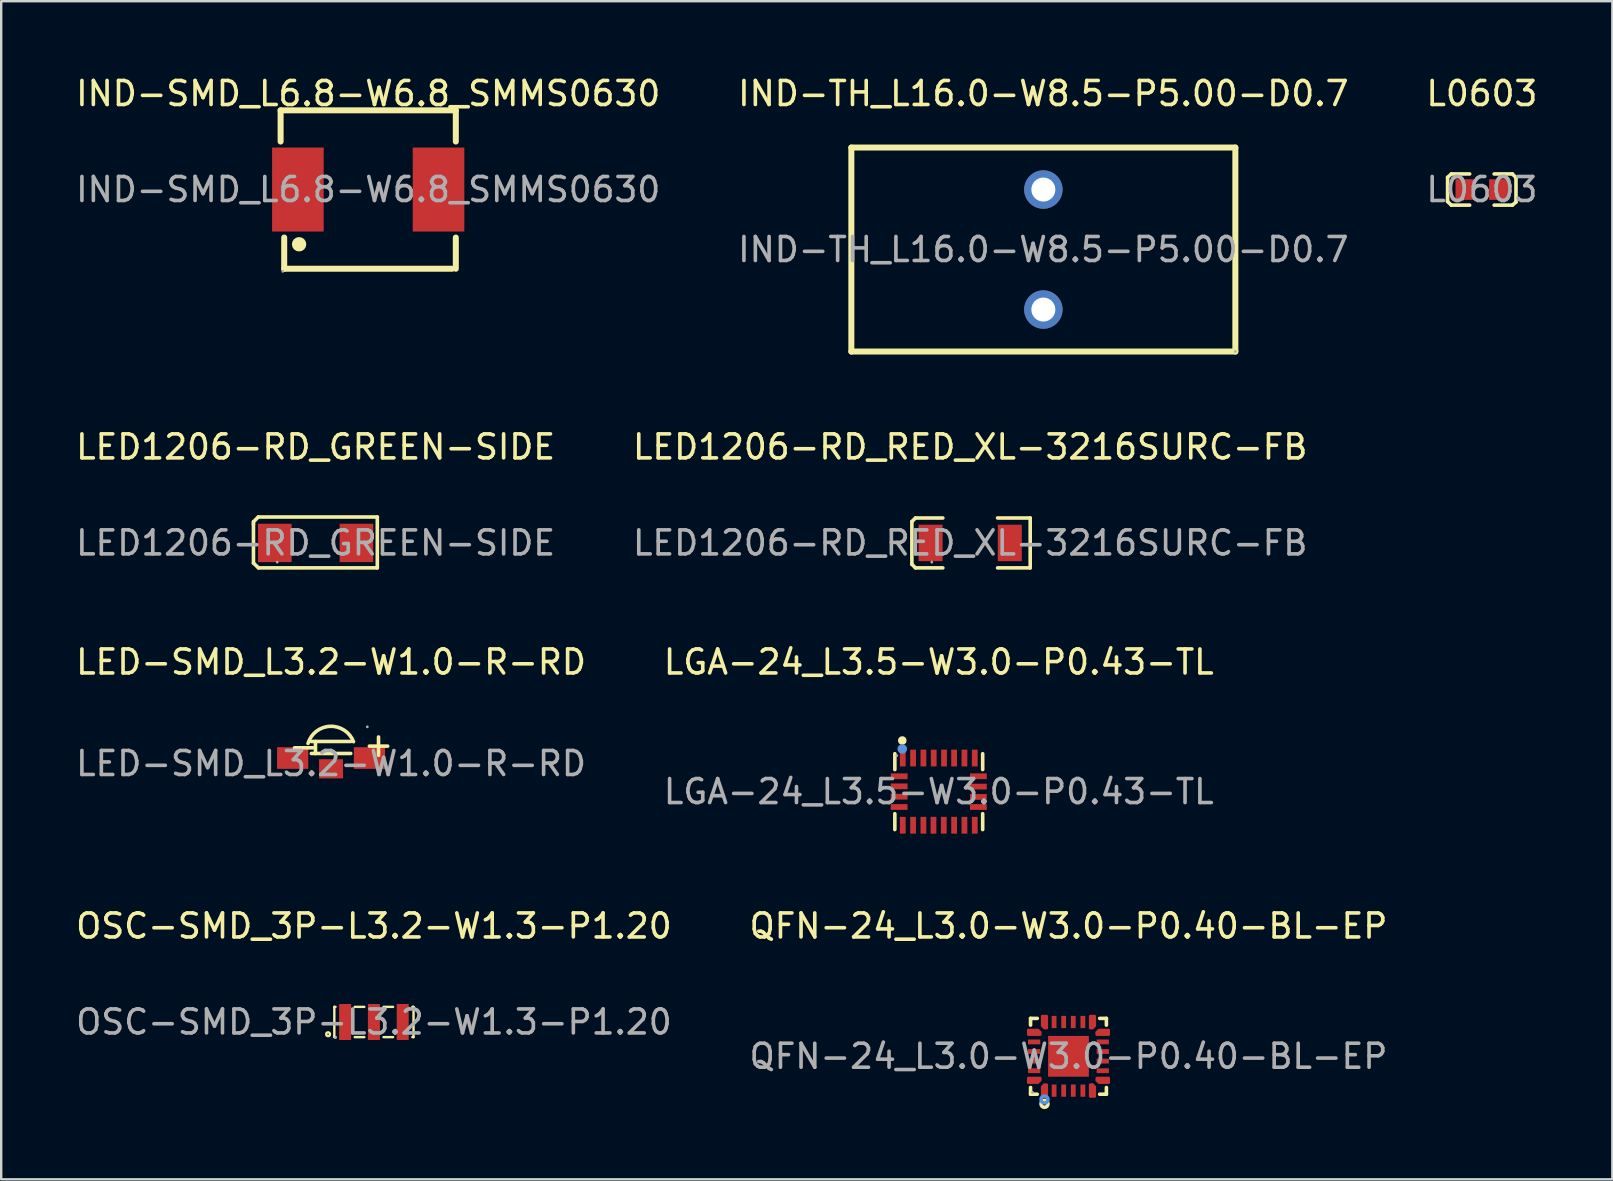
<source format=kicad_pcb>
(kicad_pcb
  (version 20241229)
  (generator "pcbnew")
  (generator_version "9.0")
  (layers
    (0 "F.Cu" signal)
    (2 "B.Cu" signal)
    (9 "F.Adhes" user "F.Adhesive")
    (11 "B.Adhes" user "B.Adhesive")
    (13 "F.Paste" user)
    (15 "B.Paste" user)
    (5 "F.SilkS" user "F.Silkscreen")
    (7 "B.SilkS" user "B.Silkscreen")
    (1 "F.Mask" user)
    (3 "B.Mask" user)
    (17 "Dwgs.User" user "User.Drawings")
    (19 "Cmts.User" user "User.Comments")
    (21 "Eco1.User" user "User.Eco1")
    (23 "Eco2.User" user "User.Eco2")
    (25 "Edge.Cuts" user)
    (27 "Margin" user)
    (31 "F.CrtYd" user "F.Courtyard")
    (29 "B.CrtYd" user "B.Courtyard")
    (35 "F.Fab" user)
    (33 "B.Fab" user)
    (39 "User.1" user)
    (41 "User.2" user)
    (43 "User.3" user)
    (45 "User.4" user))
  (footprint "IND-TH_L16.0-W8.5-P5.00-D0.7"
    (layer "F.Cu")
    (at 40.423 7.348)
    (property "Reference" "IND-TH_L16.0-W8.5-P5.00-D0.7" (at 0 -6.5 0) (layer "F.SilkS") (effects (font (size 1 1) (thickness 0.15))))
    (attr through_hole)
    (fp_line (start -8 -4.25) (end -8 4.25) (stroke (width 0.25) (type solid)) (layer "F.SilkS"))
    (fp_line (start -8 -4.25) (end 8 -4.25) (stroke (width 0.25) (type solid)) (layer "F.SilkS"))
    (fp_line (start -8 4.25) (end 8 4.25) (stroke (width 0.25) (type solid)) (layer "F.SilkS"))
    (fp_line (start 8 -4.25) (end 8 4.25) (stroke (width 0.25) (type solid)) (layer "F.SilkS"))
    (fp_circle (center 0 -2.5) (end 0.2 -2.5) (stroke (width 0.4) (type solid)) (fill no) (layer "F.Fab"))
    (fp_circle (center 0 2.5) (end 0.2 2.5) (stroke (width 0.4) (type solid)) (fill no) (layer "F.Fab"))
    (fp_circle (center 8 4.25) (end 8.03 4.25) (stroke (width 0.06) (type solid)) (fill no) (layer "F.Fab"))
    (fp_text user "${REFERENCE}" (at 0 0 0) (layer "F.Fab") (effects (font (size 1 1) (thickness 0.15))))
    (pad "1" thru_hole circle (at 0 2.5) (size 1.6 1.6) (drill 1) (layers "*.Cu" "*.Mask"))
    (pad "2" thru_hole circle (at 0 -2.5) (size 1.6 1.6) (drill 1) (layers "*.Cu" "*.Mask")))
  (footprint "L0603"
    (layer "F.Cu")
    (at 58.696 4.848)
    (property "Reference" "L0603" (at 0 -4 0) (layer "F.SilkS") (effects (font (size 1 1) (thickness 0.15))))
    (attr smd)
    (fp_line (start -1.43 -0.51) (end -1.27 -0.65) (stroke (width 0.15) (type solid)) (layer "F.SilkS"))
    (fp_line (start -1.43 0.5) (end -1.43 -0.51) (stroke (width 0.15) (type solid)) (layer "F.SilkS"))
    (fp_line (start -1.28 -0.65) (end -0.51 -0.65) (stroke (width 0.15) (type solid)) (layer "F.SilkS"))
    (fp_line (start -1.28 0.65) (end -0.51 0.65) (stroke (width 0.15) (type solid)) (layer "F.SilkS"))
    (fp_line (start -1.27 0.65) (end -1.43 0.5) (stroke (width 0.15) (type solid)) (layer "F.SilkS"))
    (fp_line (start 1.27 -0.65) (end 0.51 -0.65) (stroke (width 0.15) (type solid)) (layer "F.SilkS"))
    (fp_line (start 1.27 -0.65) (end 1.42 -0.5) (stroke (width 0.15) (type solid)) (layer "F.SilkS"))
    (fp_line (start 1.27 0.65) (end 0.51 0.65) (stroke (width 0.15) (type solid)) (layer "F.SilkS"))
    (fp_line (start 1.42 -0.5) (end 1.42 0.52) (stroke (width 0.15) (type solid)) (layer "F.SilkS"))
    (fp_line (start 1.42 0.52) (end 1.27 0.65) (stroke (width 0.15) (type solid)) (layer "F.SilkS"))
    (fp_circle (center -0.8 0.4) (end -0.77 0.4) (stroke (width 0.06) (type solid)) (fill no) (layer "F.Fab"))
    (fp_text user "${REFERENCE}" (at 0 0 0) (layer "F.Fab") (effects (font (size 1 1) (thickness 0.15))))
    (pad "1" smd rect (at -0.7 0 180) (size 0.8 0.86) (layers "F.Cu" "F.Mask" "F.Paste"))
    (pad "2" smd rect (at 0.7 0 180) (size 0.8 0.86) (layers "F.Cu" "F.Mask" "F.Paste")))
  (footprint "QFN-24_L3.0-W3.0-P0.40-BL-EP"
    (layer "F.Cu")
    (at 41.47 40.963)
    (property "Reference" "QFN-24_L3.0-W3.0-P0.40-BL-EP" (at 0 -5.43 0) (layer "F.SilkS") (effects (font (size 1 1) (thickness 0.15))))
    (attr smd)
    (fp_line (start -1.58 -1.58) (end -1.3 -1.58) (stroke (width 0.15) (type solid)) (layer "F.SilkS"))
    (fp_line (start -1.58 -1.3) (end -1.58 -1.58) (stroke (width 0.15) (type solid)) (layer "F.SilkS"))
    (fp_line (start -1.58 1.3) (end -1.58 1.58) (stroke (width 0.15) (type solid)) (layer "F.SilkS"))
    (fp_line (start -1.58 1.58) (end -1.3 1.58) (stroke (width 0.15) (type solid)) (layer "F.SilkS"))
    (fp_line (start 1.58 -1.58) (end 1.3 -1.58) (stroke (width 0.15) (type solid)) (layer "F.SilkS"))
    (fp_line (start 1.58 -1.3) (end 1.58 -1.58) (stroke (width 0.15) (type solid)) (layer "F.SilkS"))
    (fp_line (start 1.58 1.3) (end 1.58 1.58) (stroke (width 0.15) (type solid)) (layer "F.SilkS"))
    (fp_line (start 1.58 1.58) (end 1.3 1.58) (stroke (width 0.15) (type solid)) (layer "F.SilkS"))
    (fp_circle (center -1 1.98) (end -0.93 1.98) (stroke (width 0.15) (type solid)) (fill no) (layer "F.SilkS"))
    (fp_circle (center -1 1.8) (end -0.93 1.8) (stroke (width 0.15) (type solid)) (fill no) (layer "Cmts.User"))
    (fp_circle (center -1.5 1.5) (end -1.47 1.5) (stroke (width 0.06) (type solid)) (fill no) (layer "F.Fab"))
    (fp_text user "${REFERENCE}" (at 0 0 0) (layer "F.Fab") (effects (font (size 1 1) (thickness 0.15))))
    (pad "1" smd custom (at -1 1.43) (size 0.01 0.01) (layers "F.Cu" "F.Mask" "F.Paste") (options (anchor circle)) (primitives (gr_poly (pts (xy -0.1 0.25) (xy 0.1 0.25) (xy 0.1 -0.25) (xy 0 -0.26) (xy -0.1 -0.16)) (width 0.1) (fill yes))))
    (pad "2" smd rect (at -0.6 1.43) (size 0.2 0.51) (layers "F.Cu" "F.Mask" "F.Paste"))
    (pad "3" smd rect (at -0.2 1.43) (size 0.2 0.51) (layers "F.Cu" "F.Mask" "F.Paste"))
    (pad "4" smd rect (at 0.2 1.43) (size 0.2 0.51) (layers "F.Cu" "F.Mask" "F.Paste"))
    (pad "5" smd rect (at 0.6 1.43) (size 0.2 0.51) (layers "F.Cu" "F.Mask" "F.Paste"))
    (pad "6" smd custom (at 1 1.43) (size 0.01 0.01) (layers "F.Cu" "F.Mask" "F.Paste") (options (anchor circle)) (primitives (gr_poly (pts (xy 0.1 0.25) (xy -0.1 0.25) (xy -0.1 -0.25) (xy 0 -0.26) (xy 0.1 -0.16)) (width 0.1) (fill yes))))
    (pad "7" smd custom (at 1.43 1) (size 0.01 0.01) (layers "F.Cu" "F.Mask" "F.Paste") (options (anchor circle)) (primitives (gr_poly (pts (xy 0.25 0.1) (xy -0.16 0.1) (xy -0.26 0) (xy -0.25 -0.1) (xy 0.25 -0.1)) (width 0.1) (fill yes))))
    (pad "8" smd rect (at 1.43 0.6) (size 0.51 0.2) (layers "F.Cu" "F.Mask" "F.Paste"))
    (pad "9" smd rect (at 1.43 0.2) (size 0.51 0.2) (layers "F.Cu" "F.Mask" "F.Paste"))
    (pad "10" smd rect (at 1.43 -0.2) (size 0.51 0.2) (layers "F.Cu" "F.Mask" "F.Paste"))
    (pad "11" smd rect (at 1.43 -0.6) (size 0.51 0.2) (layers "F.Cu" "F.Mask" "F.Paste"))
    (pad "12" smd custom (at 1.43 -1) (size 0.01 0.01) (layers "F.Cu" "F.Mask" "F.Paste") (options (anchor circle)) (primitives (gr_poly (pts (xy 0.25 -0.1) (xy -0.16 -0.1) (xy -0.26 0) (xy -0.26 0.1) (xy 0.25 0.1)) (width 0.1) (fill yes))))
    (pad "13" smd custom (at 1 -1.43) (size 0.01 0.01) (layers "F.Cu" "F.Mask" "F.Paste") (options (anchor circle)) (primitives (gr_poly (pts (xy 0.1 -0.25) (xy -0.1 -0.25) (xy -0.1 0.26) (xy 0 0.26) (xy 0.1 0.16)) (width 0.1) (fill yes))))
    (pad "14" smd rect (at 0.6 -1.43) (size 0.2 0.51) (layers "F.Cu" "F.Mask" "F.Paste"))
    (pad "15" smd rect (at 0.2 -1.43) (size 0.2 0.51) (layers "F.Cu" "F.Mask" "F.Paste"))
    (pad "16" smd rect (at -0.2 -1.43) (size 0.2 0.51) (layers "F.Cu" "F.Mask" "F.Paste"))
    (pad "17" smd rect (at -0.6 -1.43) (size 0.2 0.51) (layers "F.Cu" "F.Mask" "F.Paste"))
    (pad "18" smd custom (at -1 -1.43) (size 0.01 0.01) (layers "F.Cu" "F.Mask" "F.Paste") (options (anchor circle)) (primitives (gr_poly (pts (xy -0.1 -0.25) (xy 0.1 -0.25) (xy 0.1 0.26) (xy 0 0.26) (xy -0.1 0.16)) (width 0.1) (fill yes))))
    (pad "19" smd custom (at -1.43 -1) (size 0.01 0.01) (layers "F.Cu" "F.Mask" "F.Paste") (options (anchor circle)) (primitives (gr_poly (pts (xy -0.25 -0.1) (xy 0.16 -0.1) (xy 0.26 0) (xy 0.26 0.1) (xy -0.25 0.1)) (width 0.1) (fill yes))))
    (pad "20" smd rect (at -1.43 -0.6) (size 0.51 0.2) (layers "F.Cu" "F.Mask" "F.Paste"))
    (pad "21" smd rect (at -1.43 -0.2) (size 0.51 0.2) (layers "F.Cu" "F.Mask" "F.Paste"))
    (pad "22" smd rect (at -1.43 0.2) (size 0.51 0.2) (layers "F.Cu" "F.Mask" "F.Paste"))
    (pad "23" smd rect (at -1.43 0.6) (size 0.51 0.2) (layers "F.Cu" "F.Mask" "F.Paste"))
    (pad "24" smd custom (at -1.43 1) (size 0.01 0.01) (layers "F.Cu" "F.Mask" "F.Paste") (options (anchor circle)) (primitives (gr_poly (pts (xy -0.25 0.1) (xy 0.16 0.1) (xy 0.26 0) (xy 0.26 -0.1) (xy -0.25 -0.1)) (width 0.1) (fill yes))))
    (pad "25" smd rect (at 0 0) (size 1.7 1.7) (layers "F.Cu" "F.Mask" "F.Paste")))
  (footprint "LGA-24_L3.5-W3.0-P0.43-TL"
    (layer "F.Cu")
    (at 36.065 29.935)
    (property "Reference" "LGA-24_L3.5-W3.0-P0.43-TL" (at 0 -5.4 0) (layer "F.SilkS") (effects (font (size 1 1) (thickness 0.15))))
    (attr smd)
    (fp_line (start -1.83 -1.58) (end -1.83 -0.92) (stroke (width 0.15) (type solid)) (layer "F.SilkS"))
    (fp_line (start -1.83 1.58) (end -1.83 0.92) (stroke (width 0.15) (type solid)) (layer "F.SilkS"))
    (fp_line (start 1.83 -1.58) (end 1.83 -0.92) (stroke (width 0.15) (type solid)) (layer "F.SilkS"))
    (fp_line (start 1.83 1.58) (end 1.83 0.92) (stroke (width 0.15) (type solid)) (layer "F.SilkS"))
    (fp_circle (center -1.52 -2.13) (end -1.43 -2.13) (stroke (width 0.18) (type solid)) (fill no) (layer "F.SilkS"))
    (fp_circle (center -1.52 -1.78) (end -1.42 -1.78) (stroke (width 0.2) (type solid)) (fill no) (layer "Cmts.User"))
    (fp_circle (center -1.75 -1.5) (end -1.72 -1.5) (stroke (width 0.06) (type solid)) (fill no) (layer "F.Fab"))
    (fp_text user "${REFERENCE}" (at 0 0 0) (layer "F.Fab") (effects (font (size 1 1) (thickness 0.15))))
    (pad "1" smd rect (at -1.5 -1.4) (size 0.24 0.7) (layers "F.Cu" "F.Mask" "F.Paste"))
    (pad "2" smd rect (at -1.65 -0.64) (size 0.7 0.24) (layers "F.Cu" "F.Mask" "F.Paste"))
    (pad "3" smd rect (at -1.65 -0.22) (size 0.7 0.24) (layers "F.Cu" "F.Mask" "F.Paste"))
    (pad "4" smd rect (at -1.65 0.21) (size 0.7 0.24) (layers "F.Cu" "F.Mask" "F.Paste"))
    (pad "5" smd rect (at -1.65 0.64) (size 0.7 0.24) (layers "F.Cu" "F.Mask" "F.Paste"))
    (pad "6" smd rect (at -1.5 1.4) (size 0.24 0.7) (layers "F.Cu" "F.Mask" "F.Paste"))
    (pad "7" smd rect (at -1.07 1.4) (size 0.24 0.7) (layers "F.Cu" "F.Mask" "F.Paste"))
    (pad "8" smd rect (at -0.64 1.4) (size 0.24 0.7) (layers "F.Cu" "F.Mask" "F.Paste"))
    (pad "9" smd rect (at -0.22 1.4) (size 0.24 0.7) (layers "F.Cu" "F.Mask" "F.Paste"))
    (pad "10" smd rect (at 0.21 1.4) (size 0.24 0.7) (layers "F.Cu" "F.Mask" "F.Paste"))
    (pad "11" smd rect (at 0.64 1.4) (size 0.24 0.7) (layers "F.Cu" "F.Mask" "F.Paste"))
    (pad "12" smd rect (at 1.07 1.4) (size 0.24 0.7) (layers "F.Cu" "F.Mask" "F.Paste"))
    (pad "13" smd rect (at 1.5 1.4) (size 0.24 0.7) (layers "F.Cu" "F.Mask" "F.Paste"))
    (pad "14" smd rect (at 1.65 0.64) (size 0.7 0.24) (layers "F.Cu" "F.Mask" "F.Paste"))
    (pad "15" smd rect (at 1.65 0.22) (size 0.7 0.24) (layers "F.Cu" "F.Mask" "F.Paste"))
    (pad "16" smd rect (at 1.65 -0.21) (size 0.7 0.24) (layers "F.Cu" "F.Mask" "F.Paste"))
    (pad "17" smd rect (at 1.65 -0.64) (size 0.7 0.24) (layers "F.Cu" "F.Mask" "F.Paste"))
    (pad "18" smd rect (at 1.5 -1.4) (size 0.24 0.7) (layers "F.Cu" "F.Mask" "F.Paste"))
    (pad "19" smd rect (at 1.07 -1.4) (size 0.24 0.7) (layers "F.Cu" "F.Mask" "F.Paste"))
    (pad "20" smd rect (at 0.64 -1.4) (size 0.24 0.7) (layers "F.Cu" "F.Mask" "F.Paste"))
    (pad "21" smd rect (at 0.22 -1.4) (size 0.24 0.7) (layers "F.Cu" "F.Mask" "F.Paste"))
    (pad "22" smd rect (at -0.21 -1.4) (size 0.24 0.7) (layers "F.Cu" "F.Mask" "F.Paste"))
    (pad "23" smd rect (at -0.64 -1.4) (size 0.24 0.7) (layers "F.Cu" "F.Mask" "F.Paste"))
    (pad "24" smd rect (at -1.07 -1.4) (size 0.24 0.7) (layers "F.Cu" "F.Mask" "F.Paste")))
  (footprint "IND-SMD_L6.8-W6.8_SMMS0630"
    (layer "F.Cu")
    (at 12.292 4.848)
    (property "Reference" "IND-SMD_L6.8-W6.8_SMMS0630" (at 0 -4 0) (layer "F.SilkS") (effects (font (size 1 1) (thickness 0.15))))
    (attr smd)
    (fp_line (start -3.65 -3.3) (end 3.65 -3.3) (stroke (width 0.25) (type solid)) (layer "F.SilkS"))
    (fp_line (start -3.65 -2) (end -3.65 -3.3) (stroke (width 0.25) (type solid)) (layer "F.SilkS"))
    (fp_line (start -3.5 3.3) (end -3.5 2) (stroke (width 0.25) (type solid)) (layer "F.SilkS"))
    (fp_line (start -3.5 3.3) (end 3.5 3.3) (stroke (width 0.25) (type solid)) (layer "F.SilkS"))
    (fp_line (start 3.65 -3.3) (end 3.65 -2) (stroke (width 0.25) (type solid)) (layer "F.SilkS"))
    (fp_line (start 3.65 2) (end 3.65 3.3) (stroke (width 0.25) (type solid)) (layer "F.SilkS"))
    (fp_circle (center -2.88 2.28) (end -2.73 2.28) (stroke (width 0.3) (type solid)) (fill no) (layer "F.SilkS"))
    (fp_circle (center -3.56 3.41) (end -3.53 3.41) (stroke (width 0.06) (type solid)) (fill no) (layer "F.Fab"))
    (fp_text user "${REFERENCE}" (at 0 0 0) (layer "F.Fab") (effects (font (size 1 1) (thickness 0.15))))
    (pad "1" smd rect (at -2.93 0) (size 2.15 3.5) (layers "F.Cu" "F.Mask" "F.Paste"))
    (pad "2" smd rect (at 2.93 0) (size 2.15 3.5) (layers "F.Cu" "F.Mask" "F.Paste")))
  (footprint "LED-SMD_L3.2-W1.0-R-RD"
    (layer "F.Cu")
    (at 10.744 28.765)
    (property "Reference" "LED-SMD_L3.2-W1.0-R-RD" (at 0 -4.23 0) (layer "F.SilkS") (effects (font (size 1 1) (thickness 0.15))))
    (attr smd)
    (fp_line (start -0.82 -0.42) (end 0.82 -0.42) (stroke (width 0.15) (type solid)) (layer "F.SilkS"))
    (fp_line (start -0.65 -0.92) (end -0.65 -0.42) (stroke (width 0.15) (type solid)) (layer "F.SilkS"))
    (fp_line (start 0.82 -0.92) (end -0.82 -0.92) (stroke (width 0.15) (type solid)) (layer "F.SilkS"))
    (fp_arc (start -0.96 -0.84) (mid -0.037296 -1.552152) (end 0.935789 -0.910553) (stroke (width 0.15) (type solid)) (layer "F.SilkS"))
    (fp_circle (center 1.51 -1.53) (end 1.54 -1.53) (stroke (width 0.06) (type solid)) (fill no) (layer "F.Fab"))
    (fp_text user "-" (at -1.86 -0.73 0) (layer "F.SilkS") (effects (font (size 1 1) (thickness 0.15)) (justify left)))
    (fp_text user "+" (at 1.26 -0.8 0) (layer "F.SilkS") (effects (font (size 1 1) (thickness 0.15)) (justify left)))
    (fp_text user "${REFERENCE}" (at 0 0 0) (layer "F.Fab") (effects (font (size 1 1) (thickness 0.15))))
    (pad "1" smd rect (at 1.6 -0.23) (size 1.3 0.9) (layers "F.Cu" "F.Mask" "F.Paste"))
    (pad "2" smd rect (at -1.6 -0.23) (size 1.3 0.9) (layers "F.Cu" "F.Mask" "F.Paste"))
    (pad "3" smd rect (at 0 0.22) (size 1 0.8) (layers "F.Cu" "F.Mask" "F.Paste")))
  (footprint "LED1206-RD_GREEN-SIDE"
    (layer "F.Cu")
    (at 10.101 19.572)
    (property "Reference" "LED1206-RD_GREEN-SIDE" (at 0 -4 0) (layer "F.SilkS") (effects (font (size 1 1) (thickness 0.15))))
    (attr smd)
    (fp_line (start -2.59 -0.88) (end -2.39 -1.08) (stroke (width 0.15) (type solid)) (layer "F.SilkS"))
    (fp_line (start -2.59 -0.78) (end -2.59 -0.88) (stroke (width 0.15) (type solid)) (layer "F.SilkS"))
    (fp_line (start -2.59 -0.78) (end -2.59 0.84) (stroke (width 0.15) (type solid)) (layer "F.SilkS"))
    (fp_line (start -2.59 0.84) (end -2.38 1.04) (stroke (width 0.15) (type solid)) (layer "F.SilkS"))
    (fp_line (start -2.39 -1.08) (end 2.57 -1.08) (stroke (width 0.15) (type solid)) (layer "F.SilkS"))
    (fp_line (start 2.57 -1.08) (end 2.57 1.04) (stroke (width 0.15) (type solid)) (layer "F.SilkS"))
    (fp_line (start 2.57 1.04) (end -2.38 1.04) (stroke (width 0.15) (type solid)) (layer "F.SilkS"))
    (fp_circle (center -1.6 0.8) (end -1.57 0.8) (stroke (width 0.06) (type solid)) (fill no) (layer "F.Fab"))
    (fp_text user "${REFERENCE}" (at 0 0 0) (layer "F.Fab") (effects (font (size 1 1) (thickness 0.15))))
    (pad "1" smd rect (at -1.7 0) (size 1.4 1.6) (layers "F.Cu" "F.Mask" "F.Paste"))
    (pad "2" smd rect (at 1.7 0) (size 1.4 1.6) (layers "F.Cu" "F.Mask" "F.Paste")))
  (footprint "OSC-SMD_3P-L3.2-W1.3-P1.20"
    (layer "F.Cu")
    (at 12.53 39.533)
    (property "Reference" "OSC-SMD_3P-L3.2-W1.3-P1.20" (at 0 -4 0) (layer "F.SilkS") (effects (font (size 1 1) (thickness 0.15))))
    (attr smd)
    (fp_line (start -1.65 -0.63) (end -1.6 -0.63) (stroke (width 0.1) (type solid)) (layer "F.SilkS"))
    (fp_line (start -1.65 0.63) (end -1.65 -0.63) (stroke (width 0.1) (type solid)) (layer "F.SilkS"))
    (fp_line (start -1.6 0.63) (end -1.65 0.63) (stroke (width 0.1) (type solid)) (layer "F.SilkS"))
    (fp_line (start -0.8 -0.63) (end -0.4 -0.63) (stroke (width 0.1) (type solid)) (layer "F.SilkS"))
    (fp_line (start -0.4 0.63) (end -0.8 0.63) (stroke (width 0.1) (type solid)) (layer "F.SilkS"))
    (fp_line (start 0.4 -0.63) (end 0.8 -0.63) (stroke (width 0.1) (type solid)) (layer "F.SilkS"))
    (fp_line (start 0.8 0.63) (end 0.4 0.63) (stroke (width 0.1) (type solid)) (layer "F.SilkS"))
    (fp_line (start 1.6 -0.63) (end 1.65 -0.63) (stroke (width 0.1) (type solid)) (layer "F.SilkS"))
    (fp_line (start 1.65 -0.63) (end 1.65 0.63) (stroke (width 0.1) (type solid)) (layer "F.SilkS"))
    (fp_line (start 1.65 0.63) (end 1.6 0.63) (stroke (width 0.1) (type solid)) (layer "F.SilkS"))
    (fp_circle (center -1.91 0.51) (end -1.83 0.51) (stroke (width 0.1) (type solid)) (fill no) (layer "F.SilkS"))
    (fp_circle (center -1.6 0.65) (end -1.57 0.65) (stroke (width 0.06) (type solid)) (fill no) (layer "F.Fab"))
    (fp_text user "${REFERENCE}" (at 0 0 0) (layer "F.Fab") (effects (font (size 1 1) (thickness 0.15))))
    (pad "1" smd rect (at -1.2 0) (size 0.5 1.5) (layers "F.Cu" "F.Mask" "F.Paste"))
    (pad "2" smd rect (at 0 0) (size 0.5 1.5) (layers "F.Cu" "F.Mask" "F.Paste"))
    (pad "3" smd rect (at 1.2 0) (size 0.5 1.5) (layers "F.Cu" "F.Mask" "F.Paste")))
  (footprint "LED1206-RD_RED_XL-3216SURC-FB"
    (layer "F.Cu")
    (at 37.375 19.572)
    (property "Reference" "LED1206-RD_RED_XL-3216SURC-FB" (at 0 -4 0) (layer "F.SilkS") (effects (font (size 1 1) (thickness 0.15))))
    (attr smd)
    (fp_line (start -2.43 -0.89) (end -2.28 -1.04) (stroke (width 0.15) (type solid)) (layer "F.SilkS"))
    (fp_line (start -2.43 0.89) (end -2.43 -0.89) (stroke (width 0.15) (type solid)) (layer "F.SilkS"))
    (fp_line (start -2.28 -1.04) (end -1.14 -1.04) (stroke (width 0.15) (type solid)) (layer "F.SilkS"))
    (fp_line (start -2.28 1.04) (end -2.43 0.89) (stroke (width 0.15) (type solid)) (layer "F.SilkS"))
    (fp_line (start -2.28 1.04) (end -1.14 1.04) (stroke (width 0.15) (type solid)) (layer "F.SilkS"))
    (fp_line (start 2.5 -1.04) (end 1.14 -1.04) (stroke (width 0.15) (type solid)) (layer "F.SilkS"))
    (fp_line (start 2.5 1.04) (end 1.14 1.04) (stroke (width 0.15) (type solid)) (layer "F.SilkS"))
    (fp_line (start 2.5 1.04) (end 2.5 -1.04) (stroke (width 0.15) (type solid)) (layer "F.SilkS"))
    (fp_circle (center -1.6 0.8) (end -1.57 0.8) (stroke (width 0.06) (type solid)) (fill no) (layer "F.Fab"))
    (fp_text user "${REFERENCE}" (at 0 0 0) (layer "F.Fab") (effects (font (size 1 1) (thickness 0.15))))
    (pad "1" smd rect (at -1.65 0) (size 1 1.52) (layers "F.Cu" "F.Mask" "F.Paste"))
    (pad "2" smd rect (at 1.65 0) (size 1 1.52) (layers "F.Cu" "F.Mask" "F.Paste")))
  (gr_rect
    (start -3 -3)
    (end 64.131 46.088)
    (stroke (width 0.1) (type default))
    (fill no)
    (layer "Edge.Cuts")))
</source>
